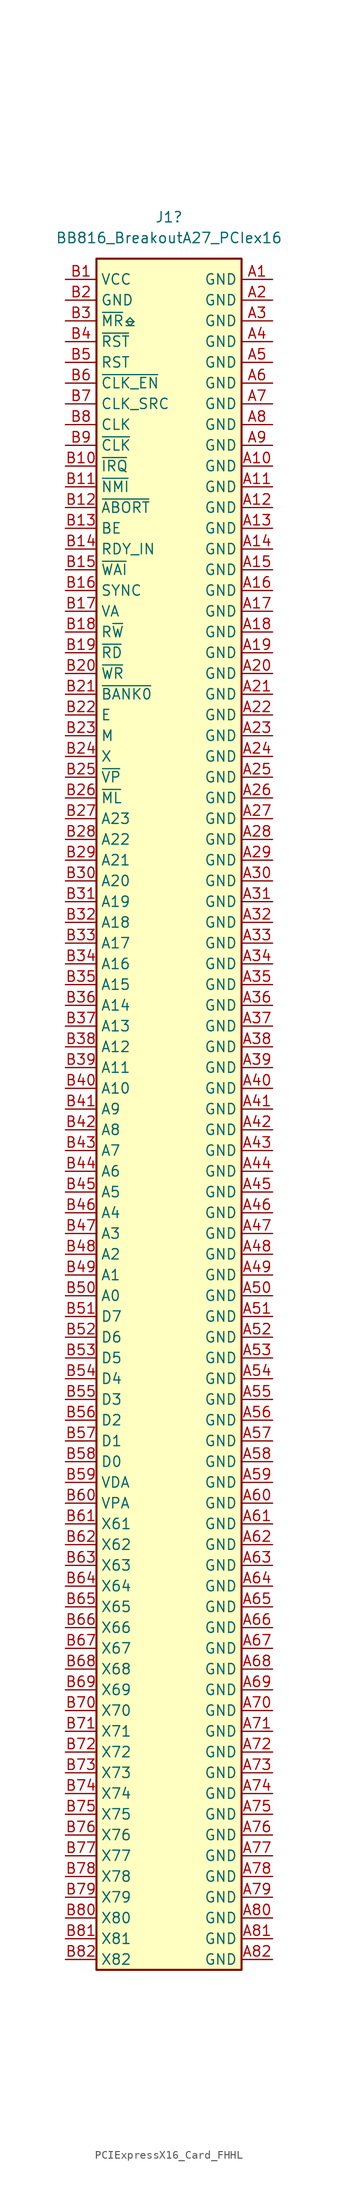
<source format=kicad_sym>
(kicad_symbol_lib
  (version 20231120)
  (generator "kicad_symbol_editor")
  (generator_version "8.0")
  (symbol "PCIExpressX16_Card_FHHL"
    (property "Reference" "J1"
      (at 0 109.22 0)
      (effects (font (size 1.27 1.27))))
    (property "Value" "BB816_BreakoutA27_PCIex16"
      (at 0 106.68 0)
      (effects (font (size 1.27 1.27))))
    (symbol "PCIExpressX16_Card_FHHL_0_1"
      (rectangle (start -8.89 104.14) (end 8.89 -105.41) (stroke (width 0.254) (type default)) (fill (type background))))
    (symbol "PCIExpressX16_Card_FHHL_1_1"
      (pin power_out line (at 12.7 101.6 180) (length 3.81) (name "GND" (effects (font (size 1.27 1.27)))) (number "A1" (effects (font (size 1.27 1.27)))))
      (pin power_out line (at 12.7 78.74 180) (length 3.81) (name "GND" (effects (font (size 1.27 1.27)))) (number "A10" (effects (font (size 1.27 1.27)))))
      (pin power_out line (at 12.7 76.2 180) (length 3.81) (name "GND" (effects (font (size 1.27 1.27)))) (number "A11" (effects (font (size 1.27 1.27)))))
      (pin power_out line (at 12.7 73.66 180) (length 3.81) (name "GND" (effects (font (size 1.27 1.27)))) (number "A12" (effects (font (size 1.27 1.27)))))
      (pin power_out line (at 12.7 71.12 180) (length 3.81) (name "GND" (effects (font (size 1.27 1.27)))) (number "A13" (effects (font (size 1.27 1.27)))))
      (pin power_out line (at 12.7 68.58 180) (length 3.81) (name "GND" (effects (font (size 1.27 1.27)))) (number "A14" (effects (font (size 1.27 1.27)))))
      (pin power_out line (at 12.7 66.04 180) (length 3.81) (name "GND" (effects (font (size 1.27 1.27)))) (number "A15" (effects (font (size 1.27 1.27)))))
      (pin power_out line (at 12.7 63.5 180) (length 3.81) (name "GND" (effects (font (size 1.27 1.27)))) (number "A16" (effects (font (size 1.27 1.27)))))
      (pin power_out line (at 12.7 60.96 180) (length 3.81) (name "GND" (effects (font (size 1.27 1.27)))) (number "A17" (effects (font (size 1.27 1.27)))))
      (pin power_out line (at 12.7 58.42 180) (length 3.81) (name "GND" (effects (font (size 1.27 1.27)))) (number "A18" (effects (font (size 1.27 1.27)))))
      (pin power_out line (at 12.7 55.88 180) (length 3.81) (name "GND" (effects (font (size 1.27 1.27)))) (number "A19" (effects (font (size 1.27 1.27)))))
      (pin power_out line (at 12.7 99.06 180) (length 3.81) (name "GND" (effects (font (size 1.27 1.27)))) (number "A2" (effects (font (size 1.27 1.27)))))
      (pin power_out line (at 12.7 53.34 180) (length 3.81) (name "GND" (effects (font (size 1.27 1.27)))) (number "A20" (effects (font (size 1.27 1.27)))))
      (pin power_out line (at 12.7 50.8 180) (length 3.81) (name "GND" (effects (font (size 1.27 1.27)))) (number "A21" (effects (font (size 1.27 1.27)))))
      (pin power_out line (at 12.7 48.26 180) (length 3.81) (name "GND" (effects (font (size 1.27 1.27)))) (number "A22" (effects (font (size 1.27 1.27)))))
      (pin power_out line (at 12.7 45.72 180) (length 3.81) (name "GND" (effects (font (size 1.27 1.27)))) (number "A23" (effects (font (size 1.27 1.27)))))
      (pin power_out line (at 12.7 43.18 180) (length 3.81) (name "GND" (effects (font (size 1.27 1.27)))) (number "A24" (effects (font (size 1.27 1.27)))))
      (pin power_out line (at 12.7 40.64 180) (length 3.81) (name "GND" (effects (font (size 1.27 1.27)))) (number "A25" (effects (font (size 1.27 1.27)))))
      (pin power_out line (at 12.7 38.1 180) (length 3.81) (name "GND" (effects (font (size 1.27 1.27)))) (number "A26" (effects (font (size 1.27 1.27)))))
      (pin power_out line (at 12.7 35.56 180) (length 3.81) (name "GND" (effects (font (size 1.27 1.27)))) (number "A27" (effects (font (size 1.27 1.27)))))
      (pin power_out line (at 12.7 33.02 180) (length 3.81) (name "GND" (effects (font (size 1.27 1.27)))) (number "A28" (effects (font (size 1.27 1.27)))))
      (pin power_out line (at 12.7 30.48 180) (length 3.81) (name "GND" (effects (font (size 1.27 1.27)))) (number "A29" (effects (font (size 1.27 1.27)))))
      (pin power_out line (at 12.7 96.52 180) (length 3.81) (name "GND" (effects (font (size 1.27 1.27)))) (number "A3" (effects (font (size 1.27 1.27)))))
      (pin power_out line (at 12.7 27.94 180) (length 3.81) (name "GND" (effects (font (size 1.27 1.27)))) (number "A30" (effects (font (size 1.27 1.27)))))
      (pin power_out line (at 12.7 25.4 180) (length 3.81) (name "GND" (effects (font (size 1.27 1.27)))) (number "A31" (effects (font (size 1.27 1.27)))))
      (pin power_out line (at 12.7 22.86 180) (length 3.81) (name "GND" (effects (font (size 1.27 1.27)))) (number "A32" (effects (font (size 1.27 1.27)))))
      (pin power_out line (at 12.7 20.32 180) (length 3.81) (name "GND" (effects (font (size 1.27 1.27)))) (number "A33" (effects (font (size 1.27 1.27)))))
      (pin power_out line (at 12.7 17.78 180) (length 3.81) (name "GND" (effects (font (size 1.27 1.27)))) (number "A34" (effects (font (size 1.27 1.27)))))
      (pin power_out line (at 12.7 15.24 180) (length 3.81) (name "GND" (effects (font (size 1.27 1.27)))) (number "A35" (effects (font (size 1.27 1.27)))))
      (pin power_out line (at 12.7 12.7 180) (length 3.81) (name "GND" (effects (font (size 1.27 1.27)))) (number "A36" (effects (font (size 1.27 1.27)))))
      (pin power_out line (at 12.7 10.16 180) (length 3.81) (name "GND" (effects (font (size 1.27 1.27)))) (number "A37" (effects (font (size 1.27 1.27)))))
      (pin power_out line (at 12.7 7.62 180) (length 3.81) (name "GND" (effects (font (size 1.27 1.27)))) (number "A38" (effects (font (size 1.27 1.27)))))
      (pin power_out line (at 12.7 5.08 180) (length 3.81) (name "GND" (effects (font (size 1.27 1.27)))) (number "A39" (effects (font (size 1.27 1.27)))))
      (pin power_out line (at 12.7 93.98 180) (length 3.81) (name "GND" (effects (font (size 1.27 1.27)))) (number "A4" (effects (font (size 1.27 1.27)))))
      (pin power_out line (at 12.7 2.54 180) (length 3.81) (name "GND" (effects (font (size 1.27 1.27)))) (number "A40" (effects (font (size 1.27 1.27)))))
      (pin power_out line (at 12.7 0 180) (length 3.81) (name "GND" (effects (font (size 1.27 1.27)))) (number "A41" (effects (font (size 1.27 1.27)))))
      (pin power_out line (at 12.7 -2.54 180) (length 3.81) (name "GND" (effects (font (size 1.27 1.27)))) (number "A42" (effects (font (size 1.27 1.27)))))
      (pin power_out line (at 12.7 -5.08 180) (length 3.81) (name "GND" (effects (font (size 1.27 1.27)))) (number "A43" (effects (font (size 1.27 1.27)))))
      (pin power_out line (at 12.7 -7.62 180) (length 3.81) (name "GND" (effects (font (size 1.27 1.27)))) (number "A44" (effects (font (size 1.27 1.27)))))
      (pin power_out line (at 12.7 -10.16 180) (length 3.81) (name "GND" (effects (font (size 1.27 1.27)))) (number "A45" (effects (font (size 1.27 1.27)))))
      (pin power_out line (at 12.7 -12.7 180) (length 3.81) (name "GND" (effects (font (size 1.27 1.27)))) (number "A46" (effects (font (size 1.27 1.27)))))
      (pin power_out line (at 12.7 -15.24 180) (length 3.81) (name "GND" (effects (font (size 1.27 1.27)))) (number "A47" (effects (font (size 1.27 1.27)))))
      (pin power_out line (at 12.7 -17.78 180) (length 3.81) (name "GND" (effects (font (size 1.27 1.27)))) (number "A48" (effects (font (size 1.27 1.27)))))
      (pin power_out line (at 12.7 -20.32 180) (length 3.81) (name "GND" (effects (font (size 1.27 1.27)))) (number "A49" (effects (font (size 1.27 1.27)))))
      (pin power_out line (at 12.7 91.44 180) (length 3.81) (name "GND" (effects (font (size 1.27 1.27)))) (number "A5" (effects (font (size 1.27 1.27)))))
      (pin power_out line (at 12.7 -22.86 180) (length 3.81) (name "GND" (effects (font (size 1.27 1.27)))) (number "A50" (effects (font (size 1.27 1.27)))))
      (pin power_out line (at 12.7 -25.4 180) (length 3.81) (name "GND" (effects (font (size 1.27 1.27)))) (number "A51" (effects (font (size 1.27 1.27)))))
      (pin power_out line (at 12.7 -27.94 180) (length 3.81) (name "GND" (effects (font (size 1.27 1.27)))) (number "A52" (effects (font (size 1.27 1.27)))))
      (pin power_out line (at 12.7 -30.48 180) (length 3.81) (name "GND" (effects (font (size 1.27 1.27)))) (number "A53" (effects (font (size 1.27 1.27)))))
      (pin power_out line (at 12.7 -33.02 180) (length 3.81) (name "GND" (effects (font (size 1.27 1.27)))) (number "A54" (effects (font (size 1.27 1.27)))))
      (pin power_out line (at 12.7 -35.56 180) (length 3.81) (name "GND" (effects (font (size 1.27 1.27)))) (number "A55" (effects (font (size 1.27 1.27)))))
      (pin power_out line (at 12.7 -38.1 180) (length 3.81) (name "GND" (effects (font (size 1.27 1.27)))) (number "A56" (effects (font (size 1.27 1.27)))))
      (pin power_out line (at 12.7 -40.64 180) (length 3.81) (name "GND" (effects (font (size 1.27 1.27)))) (number "A57" (effects (font (size 1.27 1.27)))))
      (pin power_out line (at 12.7 -43.18 180) (length 3.81) (name "GND" (effects (font (size 1.27 1.27)))) (number "A58" (effects (font (size 1.27 1.27)))))
      (pin power_out line (at 12.7 -45.72 180) (length 3.81) (name "GND" (effects (font (size 1.27 1.27)))) (number "A59" (effects (font (size 1.27 1.27)))))
      (pin power_out line (at 12.7 88.9 180) (length 3.81) (name "GND" (effects (font (size 1.27 1.27)))) (number "A6" (effects (font (size 1.27 1.27)))))
      (pin power_out line (at 12.7 -48.26 180) (length 3.81) (name "GND" (effects (font (size 1.27 1.27)))) (number "A60" (effects (font (size 1.27 1.27)))))
      (pin power_out line (at 12.7 -50.8 180) (length 3.81) (name "GND" (effects (font (size 1.27 1.27)))) (number "A61" (effects (font (size 1.27 1.27)))))
      (pin power_out line (at 12.7 -53.34 180) (length 3.81) (name "GND" (effects (font (size 1.27 1.27)))) (number "A62" (effects (font (size 1.27 1.27)))))
      (pin power_out line (at 12.7 -55.88 180) (length 3.81) (name "GND" (effects (font (size 1.27 1.27)))) (number "A63" (effects (font (size 1.27 1.27)))))
      (pin power_out line (at 12.7 -58.42 180) (length 3.81) (name "GND" (effects (font (size 1.27 1.27)))) (number "A64" (effects (font (size 1.27 1.27)))))
      (pin power_out line (at 12.7 -60.96 180) (length 3.81) (name "GND" (effects (font (size 1.27 1.27)))) (number "A65" (effects (font (size 1.27 1.27)))))
      (pin power_out line (at 12.7 -63.5 180) (length 3.81) (name "GND" (effects (font (size 1.27 1.27)))) (number "A66" (effects (font (size 1.27 1.27)))))
      (pin power_out line (at 12.7 -66.04 180) (length 3.81) (name "GND" (effects (font (size 1.27 1.27)))) (number "A67" (effects (font (size 1.27 1.27)))))
      (pin power_out line (at 12.7 -68.58 180) (length 3.81) (name "GND" (effects (font (size 1.27 1.27)))) (number "A68" (effects (font (size 1.27 1.27)))))
      (pin power_out line (at 12.7 -71.12 180) (length 3.81) (name "GND" (effects (font (size 1.27 1.27)))) (number "A69" (effects (font (size 1.27 1.27)))))
      (pin power_out line (at 12.7 86.36 180) (length 3.81) (name "GND" (effects (font (size 1.27 1.27)))) (number "A7" (effects (font (size 1.27 1.27)))))
      (pin power_out line (at 12.7 -73.66 180) (length 3.81) (name "GND" (effects (font (size 1.27 1.27)))) (number "A70" (effects (font (size 1.27 1.27)))))
      (pin power_out line (at 12.7 -76.2 180) (length 3.81) (name "GND" (effects (font (size 1.27 1.27)))) (number "A71" (effects (font (size 1.27 1.27)))))
      (pin power_out line (at 12.7 -78.74 180) (length 3.81) (name "GND" (effects (font (size 1.27 1.27)))) (number "A72" (effects (font (size 1.27 1.27)))))
      (pin power_out line (at 12.7 -81.28 180) (length 3.81) (name "GND" (effects (font (size 1.27 1.27)))) (number "A73" (effects (font (size 1.27 1.27)))))
      (pin power_out line (at 12.7 -83.82 180) (length 3.81) (name "GND" (effects (font (size 1.27 1.27)))) (number "A74" (effects (font (size 1.27 1.27)))))
      (pin power_out line (at 12.7 -86.36 180) (length 3.81) (name "GND" (effects (font (size 1.27 1.27)))) (number "A75" (effects (font (size 1.27 1.27)))))
      (pin power_out line (at 12.7 -88.9 180) (length 3.81) (name "GND" (effects (font (size 1.27 1.27)))) (number "A76" (effects (font (size 1.27 1.27)))))
      (pin power_out line (at 12.7 -91.44 180) (length 3.81) (name "GND" (effects (font (size 1.27 1.27)))) (number "A77" (effects (font (size 1.27 1.27)))))
      (pin power_out line (at 12.7 -93.98 180) (length 3.81) (name "GND" (effects (font (size 1.27 1.27)))) (number "A78" (effects (font (size 1.27 1.27)))))
      (pin power_out line (at 12.7 -96.52 180) (length 3.81) (name "GND" (effects (font (size 1.27 1.27)))) (number "A79" (effects (font (size 1.27 1.27)))))
      (pin power_out line (at 12.7 83.82 180) (length 3.81) (name "GND" (effects (font (size 1.27 1.27)))) (number "A8" (effects (font (size 1.27 1.27)))))
      (pin power_out line (at 12.7 -99.06 180) (length 3.81) (name "GND" (effects (font (size 1.27 1.27)))) (number "A80" (effects (font (size 1.27 1.27)))))
      (pin power_out line (at 12.7 -101.6 180) (length 3.81) (name "GND" (effects (font (size 1.27 1.27)))) (number "A81" (effects (font (size 1.27 1.27)))))
      (pin power_out line (at 12.7 -104.14 180) (length 3.81) (name "GND" (effects (font (size 1.27 1.27)))) (number "A82" (effects (font (size 1.27 1.27)))))
      (pin power_out line (at 12.7 81.28 180) (length 3.81) (name "GND" (effects (font (size 1.27 1.27)))) (number "A9" (effects (font (size 1.27 1.27)))))
      (pin power_out line (at -12.7 101.6 0) (length 3.81) (name "VCC" (effects (font (size 1.27 1.27)))) (number "B1" (effects (font (size 1.27 1.27)))))
      (pin input line (at -12.7 78.74 0) (length 3.81) (name "~{IRQ}" (effects (font (size 1.27 1.27)))) (number "B10" (effects (font (size 1.27 1.27)))))
      (pin input line (at -12.7 76.2 0) (length 3.81) (name "~{NMI}" (effects (font (size 1.27 1.27)))) (number "B11" (effects (font (size 1.27 1.27)))))
      (pin input line (at -12.7 73.66 0) (length 3.81) (name "~{ABORT}" (effects (font (size 1.27 1.27)))) (number "B12" (effects (font (size 1.27 1.27)))))
      (pin input line (at -12.7 71.12 0) (length 3.81) (name "BE" (effects (font (size 1.27 1.27)))) (number "B13" (effects (font (size 1.27 1.27)))))
      (pin input line (at -12.7 68.58 0) (length 3.81) (name "RDY_IN" (effects (font (size 1.27 1.27)))) (number "B14" (effects (font (size 1.27 1.27)))))
      (pin output line (at -12.7 66.04 0) (length 3.81) (name "~{WAI}" (effects (font (size 1.27 1.27)))) (number "B15" (effects (font (size 1.27 1.27)))))
      (pin output line (at -12.7 63.5 0) (length 3.81) (name "SYNC" (effects (font (size 1.27 1.27)))) (number "B16" (effects (font (size 1.27 1.27)))))
      (pin tri_state line (at -12.7 60.96 0) (length 3.81) (name "VA" (effects (font (size 1.27 1.27)))) (number "B17" (effects (font (size 1.27 1.27)))))
      (pin bidirectional line (at -12.7 58.42 0) (length 3.81) (name "R~{W}" (effects (font (size 1.27 1.27)))) (number "B18" (effects (font (size 1.27 1.27)))))
      (pin tri_state line (at -12.7 55.88 0) (length 3.81) (name "~{RD}" (effects (font (size 1.27 1.27)))) (number "B19" (effects (font (size 1.27 1.27)))))
      (pin power_out line (at -12.7 99.06 0) (length 3.81) (name "GND" (effects (font (size 1.27 1.27)))) (number "B2" (effects (font (size 1.27 1.27)))))
      (pin tri_state line (at -12.7 53.34 0) (length 3.81) (name "~{WR}" (effects (font (size 1.27 1.27)))) (number "B20" (effects (font (size 1.27 1.27)))))
      (pin output line (at -12.7 50.8 0) (length 3.81) (name "~{BANK0}" (effects (font (size 1.27 1.27)))) (number "B21" (effects (font (size 1.27 1.27)))))
      (pin output line (at -12.7 48.26 0) (length 3.81) (name "E" (effects (font (size 1.27 1.27)))) (number "B22" (effects (font (size 1.27 1.27)))))
      (pin output line (at -12.7 45.72 0) (length 3.81) (name "M" (effects (font (size 1.27 1.27)))) (number "B23" (effects (font (size 1.27 1.27)))))
      (pin output line (at -12.7 43.18 0) (length 3.81) (name "X" (effects (font (size 1.27 1.27)))) (number "B24" (effects (font (size 1.27 1.27)))))
      (pin output line (at -12.7 40.64 0) (length 3.81) (name "~{VP}" (effects (font (size 1.27 1.27)))) (number "B25" (effects (font (size 1.27 1.27)))))
      (pin output line (at -12.7 38.1 0) (length 3.81) (name "~{ML}" (effects (font (size 1.27 1.27)))) (number "B26" (effects (font (size 1.27 1.27)))))
      (pin bidirectional line (at -12.7 35.56 0) (length 3.81) (name "A23" (effects (font (size 1.27 1.27)))) (number "B27" (effects (font (size 1.27 1.27)))))
      (pin bidirectional line (at -12.7 33.02 0) (length 3.81) (name "A22" (effects (font (size 1.27 1.27)))) (number "B28" (effects (font (size 1.27 1.27)))))
      (pin bidirectional line (at -12.7 30.48 0) (length 3.81) (name "A21" (effects (font (size 1.27 1.27)))) (number "B29" (effects (font (size 1.27 1.27)))))
      (pin open_collector line (at -12.7 96.52 0) (length 3.81) (name "~{MR}⎒" (effects (font (size 1.27 1.27)))) (number "B3" (effects (font (size 1.27 1.27)))))
      (pin bidirectional line (at -12.7 27.94 0) (length 3.81) (name "A20" (effects (font (size 1.27 1.27)))) (number "B30" (effects (font (size 1.27 1.27)))))
      (pin bidirectional line (at -12.7 25.4 0) (length 3.81) (name "A19" (effects (font (size 1.27 1.27)))) (number "B31" (effects (font (size 1.27 1.27)))))
      (pin bidirectional line (at -12.7 22.86 0) (length 3.81) (name "A18" (effects (font (size 1.27 1.27)))) (number "B32" (effects (font (size 1.27 1.27)))))
      (pin bidirectional line (at -12.7 20.32 0) (length 3.81) (name "A17" (effects (font (size 1.27 1.27)))) (number "B33" (effects (font (size 1.27 1.27)))))
      (pin bidirectional line (at -12.7 17.78 0) (length 3.81) (name "A16" (effects (font (size 1.27 1.27)))) (number "B34" (effects (font (size 1.27 1.27)))))
      (pin tri_state line (at -12.7 15.24 0) (length 3.81) (name "A15" (effects (font (size 1.27 1.27)))) (number "B35" (effects (font (size 1.27 1.27)))))
      (pin tri_state line (at -12.7 12.7 0) (length 3.81) (name "A14" (effects (font (size 1.27 1.27)))) (number "B36" (effects (font (size 1.27 1.27)))))
      (pin tri_state line (at -12.7 10.16 0) (length 3.81) (name "A13" (effects (font (size 1.27 1.27)))) (number "B37" (effects (font (size 1.27 1.27)))))
      (pin tri_state line (at -12.7 7.62 0) (length 3.81) (name "A12" (effects (font (size 1.27 1.27)))) (number "B38" (effects (font (size 1.27 1.27)))))
      (pin tri_state line (at -12.7 5.08 0) (length 3.81) (name "A11" (effects (font (size 1.27 1.27)))) (number "B39" (effects (font (size 1.27 1.27)))))
      (pin output line (at -12.7 93.98 0) (length 3.81) (name "~{RST}" (effects (font (size 1.27 1.27)))) (number "B4" (effects (font (size 1.27 1.27)))))
      (pin tri_state line (at -12.7 2.54 0) (length 3.81) (name "A10" (effects (font (size 1.27 1.27)))) (number "B40" (effects (font (size 1.27 1.27)))))
      (pin tri_state line (at -12.7 0 0) (length 3.81) (name "A9" (effects (font (size 1.27 1.27)))) (number "B41" (effects (font (size 1.27 1.27)))))
      (pin tri_state line (at -12.7 -2.54 0) (length 3.81) (name "A8" (effects (font (size 1.27 1.27)))) (number "B42" (effects (font (size 1.27 1.27)))))
      (pin tri_state line (at -12.7 -5.08 0) (length 3.81) (name "A7" (effects (font (size 1.27 1.27)))) (number "B43" (effects (font (size 1.27 1.27)))))
      (pin tri_state line (at -12.7 -7.62 0) (length 3.81) (name "A6" (effects (font (size 1.27 1.27)))) (number "B44" (effects (font (size 1.27 1.27)))))
      (pin tri_state line (at -12.7 -10.16 0) (length 3.81) (name "A5" (effects (font (size 1.27 1.27)))) (number "B45" (effects (font (size 1.27 1.27)))))
      (pin tri_state line (at -12.7 -12.7 0) (length 3.81) (name "A4" (effects (font (size 1.27 1.27)))) (number "B46" (effects (font (size 1.27 1.27)))))
      (pin tri_state line (at -12.7 -15.24 0) (length 3.81) (name "A3" (effects (font (size 1.27 1.27)))) (number "B47" (effects (font (size 1.27 1.27)))))
      (pin tri_state line (at -12.7 -17.78 0) (length 3.81) (name "A2" (effects (font (size 1.27 1.27)))) (number "B48" (effects (font (size 1.27 1.27)))))
      (pin tri_state line (at -12.7 -20.32 0) (length 3.81) (name "A1" (effects (font (size 1.27 1.27)))) (number "B49" (effects (font (size 1.27 1.27)))))
      (pin output line (at -12.7 91.44 0) (length 3.81) (name "RST" (effects (font (size 1.27 1.27)))) (number "B5" (effects (font (size 1.27 1.27)))))
      (pin tri_state line (at -12.7 -22.86 0) (length 3.81) (name "A0" (effects (font (size 1.27 1.27)))) (number "B50" (effects (font (size 1.27 1.27)))))
      (pin bidirectional line (at -12.7 -25.4 0) (length 3.81) (name "D7" (effects (font (size 1.27 1.27)))) (number "B51" (effects (font (size 1.27 1.27)))))
      (pin bidirectional line (at -12.7 -27.94 0) (length 3.81) (name "D6" (effects (font (size 1.27 1.27)))) (number "B52" (effects (font (size 1.27 1.27)))))
      (pin bidirectional line (at -12.7 -30.48 0) (length 3.81) (name "D5" (effects (font (size 1.27 1.27)))) (number "B53" (effects (font (size 1.27 1.27)))))
      (pin bidirectional line (at -12.7 -33.02 0) (length 3.81) (name "D4" (effects (font (size 1.27 1.27)))) (number "B54" (effects (font (size 1.27 1.27)))))
      (pin bidirectional line (at -12.7 -35.56 0) (length 3.81) (name "D3" (effects (font (size 1.27 1.27)))) (number "B55" (effects (font (size 1.27 1.27)))))
      (pin bidirectional line (at -12.7 -38.1 0) (length 3.81) (name "D2" (effects (font (size 1.27 1.27)))) (number "B56" (effects (font (size 1.27 1.27)))))
      (pin bidirectional line (at -12.7 -40.64 0) (length 3.81) (name "D1" (effects (font (size 1.27 1.27)))) (number "B57" (effects (font (size 1.27 1.27)))))
      (pin bidirectional line (at -12.7 -43.18 0) (length 3.81) (name "D0" (effects (font (size 1.27 1.27)))) (number "B58" (effects (font (size 1.27 1.27)))))
      (pin output line (at -12.7 -45.72 0) (length 3.81) (name "VDA" (effects (font (size 1.27 1.27)))) (number "B59" (effects (font (size 1.27 1.27)))))
      (pin input line (at -12.7 88.9 0) (length 3.81) (name "~{CLK_EN}" (effects (font (size 1.27 1.27)))) (number "B6" (effects (font (size 1.27 1.27)))))
      (pin output line (at -12.7 -48.26 0) (length 3.81) (name "VPA" (effects (font (size 1.27 1.27)))) (number "B60" (effects (font (size 1.27 1.27)))))
      (pin passive line (at -12.7 -50.8 0) (length 3.81) (name "X61" (effects (font (size 1.27 1.27)))) (number "B61" (effects (font (size 1.27 1.27)))))
      (pin passive line (at -12.7 -53.34 0) (length 3.81) (name "X62" (effects (font (size 1.27 1.27)))) (number "B62" (effects (font (size 1.27 1.27)))))
      (pin passive line (at -12.7 -55.88 0) (length 3.81) (name "X63" (effects (font (size 1.27 1.27)))) (number "B63" (effects (font (size 1.27 1.27)))))
      (pin passive line (at -12.7 -58.42 0) (length 3.81) (name "X64" (effects (font (size 1.27 1.27)))) (number "B64" (effects (font (size 1.27 1.27)))))
      (pin passive line (at -12.7 -60.96 0) (length 3.81) (name "X65" (effects (font (size 1.27 1.27)))) (number "B65" (effects (font (size 1.27 1.27)))))
      (pin passive line (at -12.7 -63.5 0) (length 3.81) (name "X66" (effects (font (size 1.27 1.27)))) (number "B66" (effects (font (size 1.27 1.27)))))
      (pin passive line (at -12.7 -66.04 0) (length 3.81) (name "X67" (effects (font (size 1.27 1.27)))) (number "B67" (effects (font (size 1.27 1.27)))))
      (pin passive line (at -12.7 -68.58 0) (length 3.81) (name "X68" (effects (font (size 1.27 1.27)))) (number "B68" (effects (font (size 1.27 1.27)))))
      (pin passive line (at -12.7 -71.12 0) (length 3.81) (name "X69" (effects (font (size 1.27 1.27)))) (number "B69" (effects (font (size 1.27 1.27)))))
      (pin bidirectional line (at -12.7 86.36 0) (length 3.81) (name "CLK_SRC" (effects (font (size 1.27 1.27)))) (number "B7" (effects (font (size 1.27 1.27)))))
      (pin passive line (at -12.7 -73.66 0) (length 3.81) (name "X70" (effects (font (size 1.27 1.27)))) (number "B70" (effects (font (size 1.27 1.27)))))
      (pin passive line (at -12.7 -76.2 0) (length 3.81) (name "X71" (effects (font (size 1.27 1.27)))) (number "B71" (effects (font (size 1.27 1.27)))))
      (pin passive line (at -12.7 -78.74 0) (length 3.81) (name "X72" (effects (font (size 1.27 1.27)))) (number "B72" (effects (font (size 1.27 1.27)))))
      (pin passive line (at -12.7 -81.28 0) (length 3.81) (name "X73" (effects (font (size 1.27 1.27)))) (number "B73" (effects (font (size 1.27 1.27)))))
      (pin passive line (at -12.7 -83.82 0) (length 3.81) (name "X74" (effects (font (size 1.27 1.27)))) (number "B74" (effects (font (size 1.27 1.27)))))
      (pin passive line (at -12.7 -86.36 0) (length 3.81) (name "X75" (effects (font (size 1.27 1.27)))) (number "B75" (effects (font (size 1.27 1.27)))))
      (pin passive line (at -12.7 -88.9 0) (length 3.81) (name "X76" (effects (font (size 1.27 1.27)))) (number "B76" (effects (font (size 1.27 1.27)))))
      (pin passive line (at -12.7 -91.44 0) (length 3.81) (name "X77" (effects (font (size 1.27 1.27)))) (number "B77" (effects (font (size 1.27 1.27)))))
      (pin passive line (at -12.7 -93.98 0) (length 3.81) (name "X78" (effects (font (size 1.27 1.27)))) (number "B78" (effects (font (size 1.27 1.27)))))
      (pin passive line (at -12.7 -96.52 0) (length 3.81) (name "X79" (effects (font (size 1.27 1.27)))) (number "B79" (effects (font (size 1.27 1.27)))))
      (pin output line (at -12.7 83.82 0) (length 3.81) (name "CLK" (effects (font (size 1.27 1.27)))) (number "B8" (effects (font (size 1.27 1.27)))))
      (pin passive line (at -12.7 -99.06 0) (length 3.81) (name "X80" (effects (font (size 1.27 1.27)))) (number "B80" (effects (font (size 1.27 1.27)))))
      (pin passive line (at -12.7 -101.6 0) (length 3.81) (name "X81" (effects (font (size 1.27 1.27)))) (number "B81" (effects (font (size 1.27 1.27)))))
      (pin passive line (at -12.7 -104.14 0) (length 3.81) (name "X82" (effects (font (size 1.27 1.27)))) (number "B82" (effects (font (size 1.27 1.27)))))
      (pin output line (at -12.7 81.28 0) (length 3.81) (name "~{CLK}" (effects (font (size 1.27 1.27)))) (number "B9" (effects (font (size 1.27 1.27))))))))
</source>
